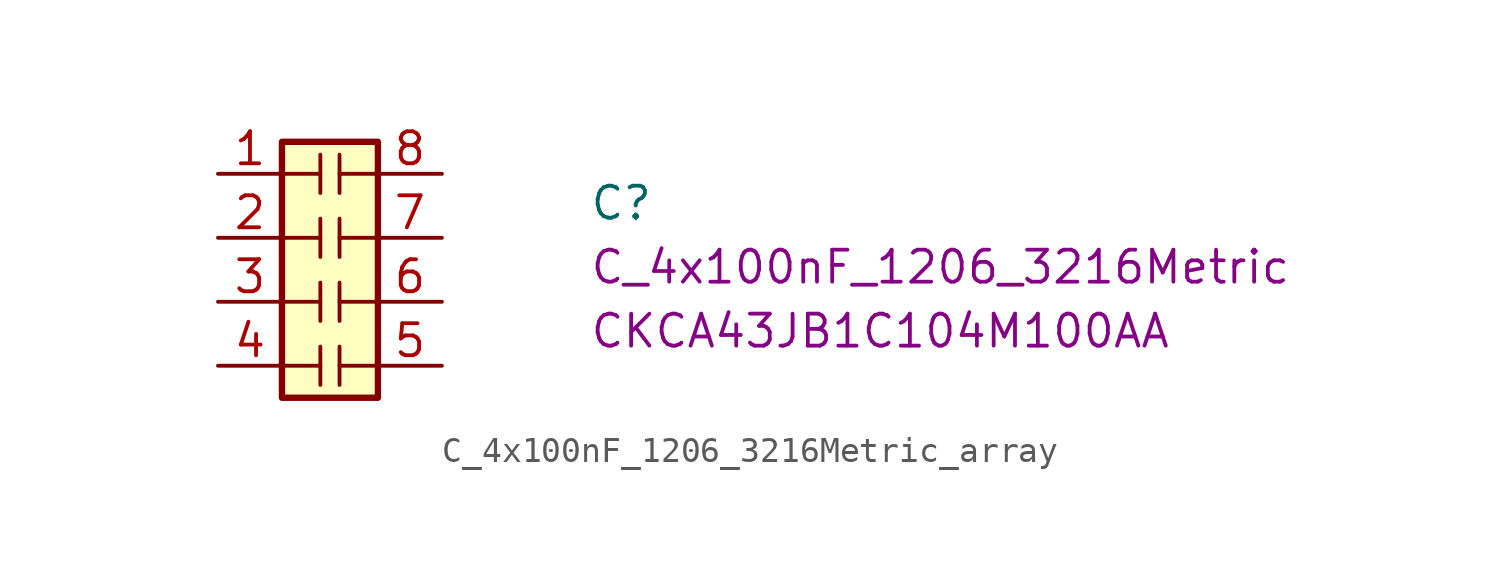
<source format=kicad_sym>
(kicad_symbol_lib
  (version 20220914)
  (generator kicad_symbol_editor)
  (symbol "C_4x100nF_1206_3216Metric_array"
    (pin_names hide)
    (property "Reference" "C"
      (at 14.732 -1.905 0)
      (effects (font (size 1.27 1.27) (thickness 0.15)) (justify left bottom)))
    (property "MPN" "CKCA43JB1C104M100AA"
      (at 14.732 -6.985 0)
      (effects (font (size 1.27 1.27) (thickness 0.15)) (justify left bottom)))
    (property "Val" "C_4x100nF_1206_3216Metric"
      (at 14.732 -4.445 0)
      (effects (font (size 1.27 1.27) (thickness 0.15)) (justify left bottom)))
    (symbol "C_4x100nF_1206_3216Metric_array_0_1"
      (polyline (pts (xy 4.064 -7.62) (xy 2.54 -7.62)) (stroke (width 0) (type default)) (fill (type none)))
      (polyline (pts (xy 4.064 -6.858) (xy 4.064 -8.382)) (stroke (width 0) (type default)) (fill (type none)))
      (polyline (pts (xy 4.064 -5.08) (xy 2.54 -5.08)) (stroke (width 0) (type default)) (fill (type none)))
      (polyline (pts (xy 4.064 -4.318) (xy 4.064 -5.842)) (stroke (width 0) (type default)) (fill (type none)))
      (polyline (pts (xy 4.064 -2.54) (xy 2.54 -2.54)) (stroke (width 0) (type default)) (fill (type none)))
      (polyline (pts (xy 4.064 -1.778) (xy 4.064 -3.302)) (stroke (width 0) (type default)) (fill (type none)))
      (polyline (pts (xy 4.064 0) (xy 2.54 0)) (stroke (width 0) (type default)) (fill (type none)))
      (polyline (pts (xy 4.064 0.762) (xy 4.064 -0.762)) (stroke (width 0) (type default)) (fill (type none)))
      (polyline (pts (xy 4.826 -7.62) (xy 6.35 -7.62)) (stroke (width 0) (type default)) (fill (type none)))
      (polyline (pts (xy 4.826 -6.858) (xy 4.826 -8.382)) (stroke (width 0) (type default)) (fill (type none)))
      (polyline (pts (xy 4.826 -5.08) (xy 6.35 -5.08)) (stroke (width 0) (type default)) (fill (type none)))
      (polyline (pts (xy 4.826 -4.318) (xy 4.826 -5.842)) (stroke (width 0) (type default)) (fill (type none)))
      (polyline (pts (xy 4.826 -2.54) (xy 6.35 -2.54)) (stroke (width 0) (type default)) (fill (type none)))
      (polyline (pts (xy 4.826 -1.778) (xy 4.826 -3.302)) (stroke (width 0) (type default)) (fill (type none)))
      (polyline (pts (xy 4.826 0) (xy 6.35 0)) (stroke (width 0) (type default)) (fill (type none)))
      (polyline (pts (xy 4.826 0.762) (xy 4.826 -0.762)) (stroke (width 0) (type default)) (fill (type none)))
      (rectangle (start 2.54 1.27) (end 6.35 -8.89) (stroke (width 0.254) (type default)) (fill (type background))))
    (symbol "C_4x100nF_1206_3216Metric_array_1_1"
      (pin passive line (at 0 0 0) (length 2.54) (name "R1.1" (effects (font (size 1.27 1.27)))) (number "1" (effects (font (size 1.27 1.27)))))
      (pin passive line (at 0 -2.54 0) (length 2.54) (name "R2.1" (effects (font (size 1.27 1.27)))) (number "2" (effects (font (size 1.27 1.27)))))
      (pin passive line (at 0 -5.08 0) (length 2.54) (name "R3.1" (effects (font (size 1.27 1.27)))) (number "3" (effects (font (size 1.27 1.27)))))
      (pin passive line (at 0 -7.62 0) (length 2.54) (name "R4.1" (effects (font (size 1.27 1.27)))) (number "4" (effects (font (size 1.27 1.27)))))
      (pin passive line (at 8.89 -7.62 180) (length 2.54) (name "R4.2" (effects (font (size 1.27 1.27)))) (number "5" (effects (font (size 1.27 1.27)))))
      (pin passive line (at 8.89 -5.08 180) (length 2.54) (name "R3.2" (effects (font (size 1.27 1.27)))) (number "6" (effects (font (size 1.27 1.27)))))
      (pin passive line (at 8.89 -2.54 180) (length 2.54) (name "R2.2" (effects (font (size 1.27 1.27)))) (number "7" (effects (font (size 1.27 1.27)))))
      (pin passive line (at 8.89 0 180) (length 2.54) (name "R1.2" (effects (font (size 1.27 1.27)))) (number "8" (effects (font (size 1.27 1.27))))))))
</source>
